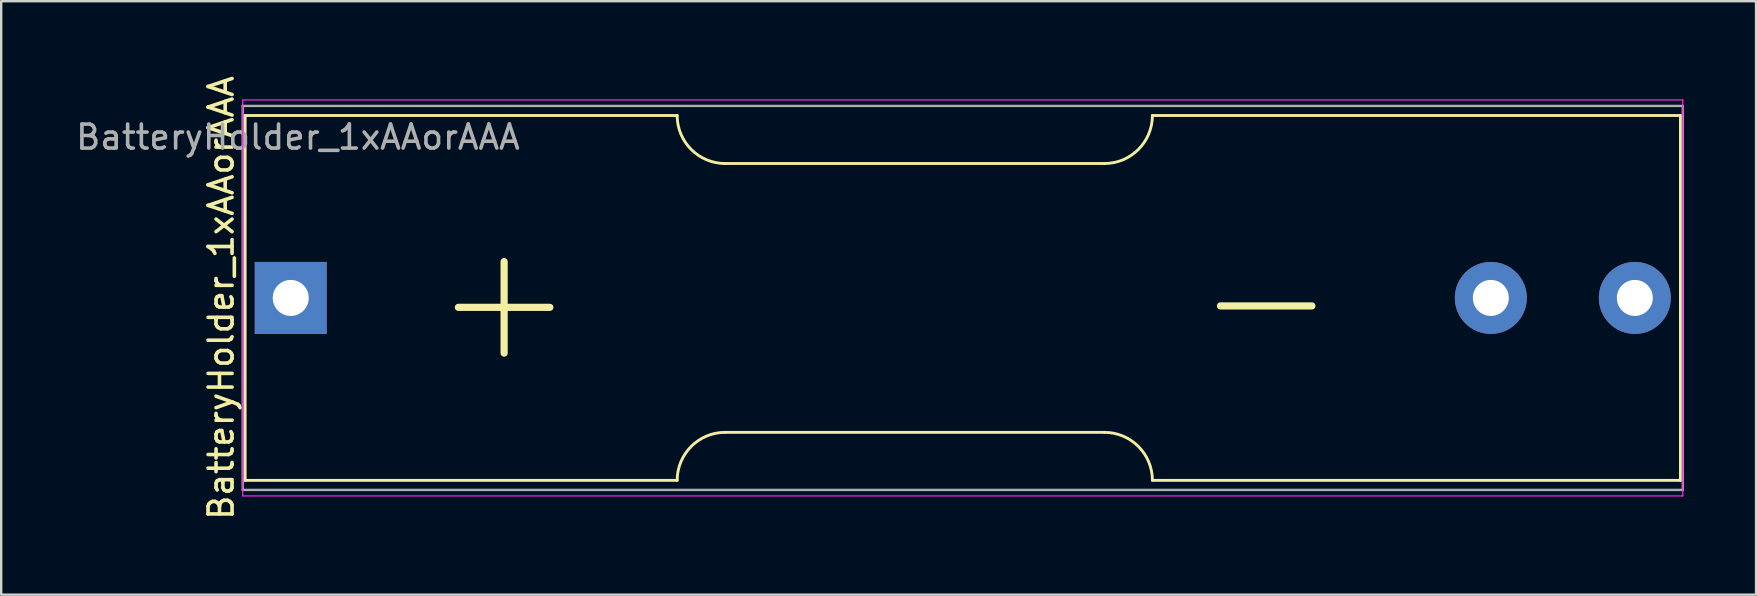
<source format=kicad_pcb>
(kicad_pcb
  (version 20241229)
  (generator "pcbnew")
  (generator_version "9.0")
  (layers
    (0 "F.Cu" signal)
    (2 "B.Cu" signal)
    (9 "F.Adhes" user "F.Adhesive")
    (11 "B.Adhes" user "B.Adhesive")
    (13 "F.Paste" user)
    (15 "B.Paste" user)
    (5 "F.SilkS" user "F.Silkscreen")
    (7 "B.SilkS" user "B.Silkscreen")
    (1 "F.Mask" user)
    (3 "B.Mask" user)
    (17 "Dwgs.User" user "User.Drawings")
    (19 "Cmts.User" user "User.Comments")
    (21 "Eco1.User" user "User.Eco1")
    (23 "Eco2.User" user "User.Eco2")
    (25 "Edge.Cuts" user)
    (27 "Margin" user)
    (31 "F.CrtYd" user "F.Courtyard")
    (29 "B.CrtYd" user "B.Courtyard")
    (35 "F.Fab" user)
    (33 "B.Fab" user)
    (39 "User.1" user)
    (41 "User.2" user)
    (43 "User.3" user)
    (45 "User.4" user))
  (footprint "BatteryHolder_1xAAorAAA"
    (layer "F.Cu")
    (at 9.063 9.363)
    (property "Reference" "BatteryHolder_1xAAorAAA" (at -2.9 0 90) (layer "F.SilkS") (effects (font (size 1 1) (thickness 0.15))))
    (attr through_hole)
    (fp_line (start -1.9 -7.6) (end -1.9 7.6) (stroke (width 0.12) (type solid)) (layer "F.SilkS"))
    (fp_line (start -1.9 -7.6) (end 16.1 -7.6) (stroke (width 0.12) (type solid)) (layer "F.SilkS"))
    (fp_line (start -1.9 7.6) (end 16.1 7.6) (stroke (width 0.12) (type solid)) (layer "F.SilkS"))
    (fp_line (start 18.1 -5.6) (end 33.9 -5.6) (stroke (width 0.12) (type solid)) (layer "F.SilkS"))
    (fp_line (start 33.9 5.6) (end 18.1 5.6) (stroke (width 0.12) (type solid)) (layer "F.SilkS"))
    (fp_line (start 35.9 -7.6) (end 57.9 -7.6) (stroke (width 0.12) (type solid)) (layer "F.SilkS"))
    (fp_line (start 35.9 7.6) (end 57.9 7.6) (stroke (width 0.12) (type solid)) (layer "F.SilkS"))
    (fp_line (start 57.9 -7.6) (end 57.9 7.6) (stroke (width 0.12) (type solid)) (layer "F.SilkS"))
    (fp_arc (start 16.1 7.6) (mid 16.685786 6.185786) (end 18.1 5.6) (stroke (width 0.12) (type solid)) (layer "F.SilkS"))
    (fp_arc (start 18.1 -5.6) (mid 16.685786 -6.185786) (end 16.1 -7.6) (stroke (width 0.12) (type solid)) (layer "F.SilkS"))
    (fp_arc (start 33.9 5.6) (mid 35.314214 6.185786) (end 35.9 7.6) (stroke (width 0.12) (type solid)) (layer "F.SilkS"))
    (fp_arc (start 35.9 -7.6) (mid 35.314214 -6.185786) (end 33.9 -5.6) (stroke (width 0.12) (type solid)) (layer "F.SilkS"))
    (fp_line (start -2 -8.25) (end 58 -8.25) (stroke (width 0.05) (type solid)) (layer "F.CrtYd"))
    (fp_line (start -2 8.25) (end -2 -8.25) (stroke (width 0.05) (type solid)) (layer "F.CrtYd"))
    (fp_line (start 58 -8.25) (end 58 8.25) (stroke (width 0.05) (type solid)) (layer "F.CrtYd"))
    (fp_line (start 58 8.25) (end -2 8.25) (stroke (width 0.05) (type solid)) (layer "F.CrtYd"))
    (fp_line (start -2 -8) (end -2 8) (stroke (width 0.1) (type solid)) (layer "F.Fab"))
    (fp_line (start -2 8) (end 58 8) (stroke (width 0.1) (type solid)) (layer "F.Fab"))
    (fp_line (start 58 -8) (end -2 -8) (stroke (width 0.1) (type solid)) (layer "F.Fab"))
    (fp_line (start 58 8) (end 58 -8) (stroke (width 0.1) (type solid)) (layer "F.Fab"))
    (fp_text user "-" (at 40.64 -0.06 0) (layer "F.SilkS") (effects (font (size 5 5) (thickness 0.3))))
    (fp_text user "+" (at 8.89 0 0) (layer "F.SilkS") (effects (font (size 5 5) (thickness 0.3))))
    (fp_text user "${REFERENCE}" (at 0.3 -6.7 0) (layer "F.Fab") (effects (font (size 1 1) (thickness 0.15))))
    (pad "1" thru_hole rect (at 0 0 180) (size 3 3) (drill 1.5) (layers "*.Cu" "*.Mask"))
    (pad "2" thru_hole circle (at 50 0 180) (size 3 3) (drill 1.5) (layers "*.Cu" "*.Mask"))
    (pad "2" thru_hole circle (at 56 0 180) (size 3 3) (drill 1.5) (layers "*.Cu" "*.Mask")))
  (gr_rect
    (start -3 -3)
    (end 70.113 21.726)
    (stroke (width 0.1) (type default))
    (fill no)
    (layer "Edge.Cuts")))
</source>
